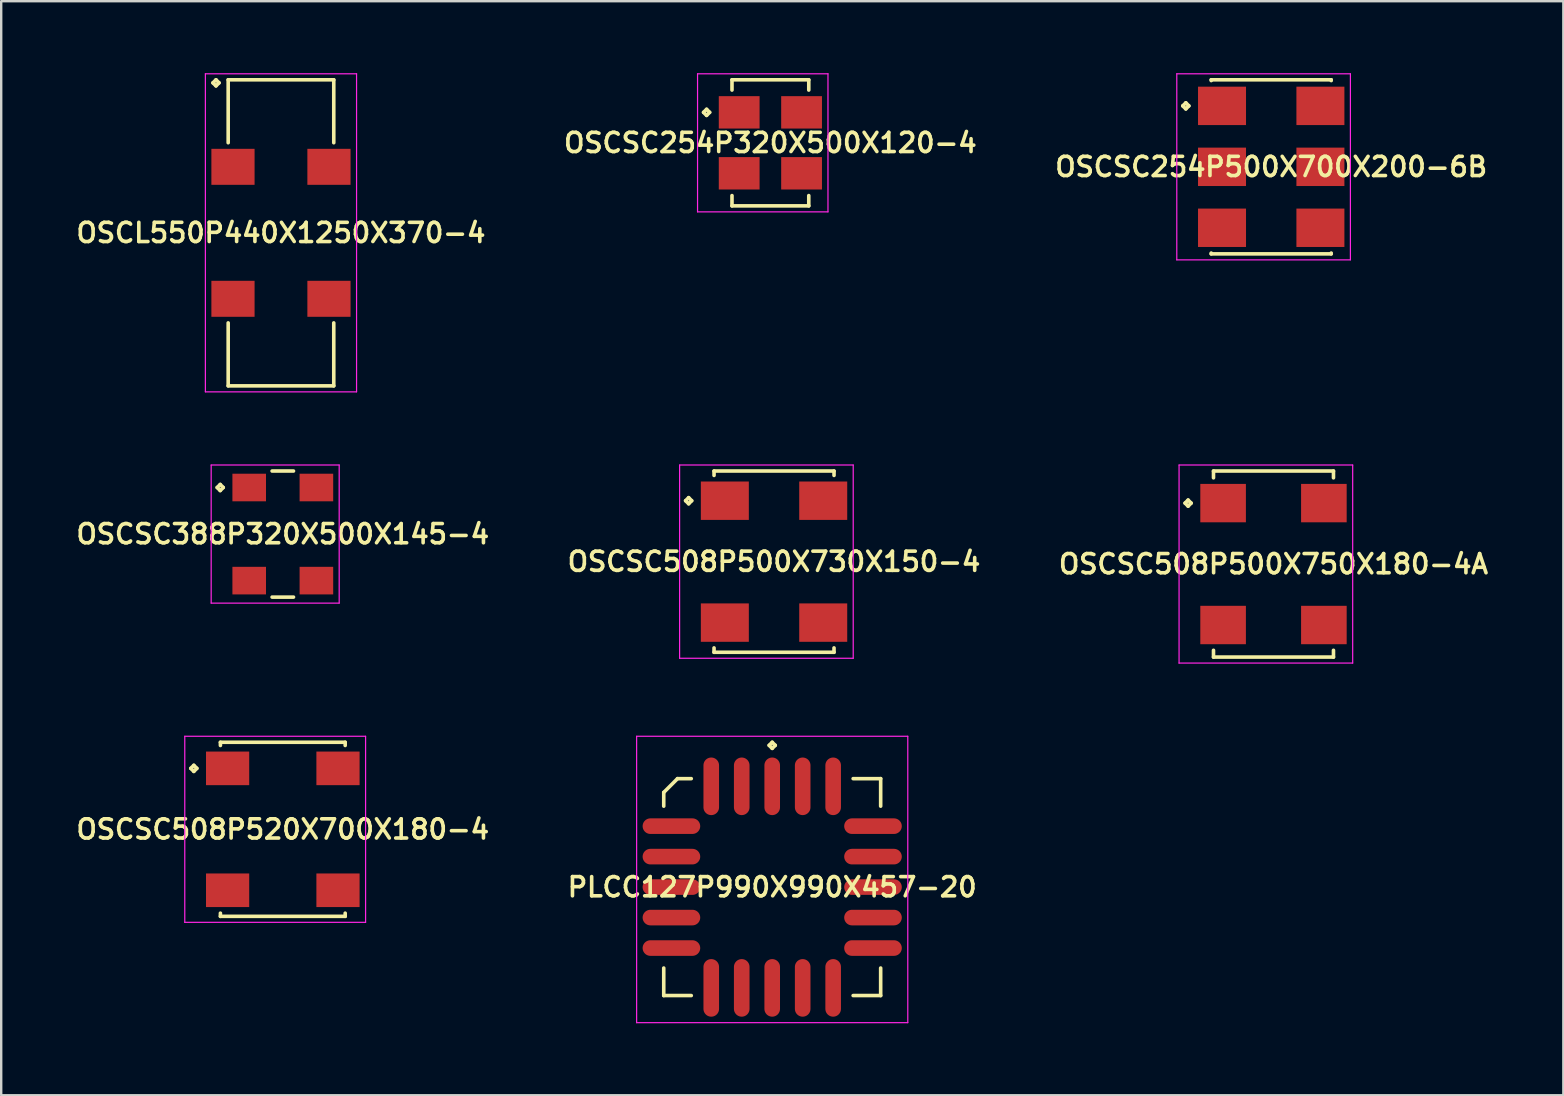
<source format=kicad_pcb>
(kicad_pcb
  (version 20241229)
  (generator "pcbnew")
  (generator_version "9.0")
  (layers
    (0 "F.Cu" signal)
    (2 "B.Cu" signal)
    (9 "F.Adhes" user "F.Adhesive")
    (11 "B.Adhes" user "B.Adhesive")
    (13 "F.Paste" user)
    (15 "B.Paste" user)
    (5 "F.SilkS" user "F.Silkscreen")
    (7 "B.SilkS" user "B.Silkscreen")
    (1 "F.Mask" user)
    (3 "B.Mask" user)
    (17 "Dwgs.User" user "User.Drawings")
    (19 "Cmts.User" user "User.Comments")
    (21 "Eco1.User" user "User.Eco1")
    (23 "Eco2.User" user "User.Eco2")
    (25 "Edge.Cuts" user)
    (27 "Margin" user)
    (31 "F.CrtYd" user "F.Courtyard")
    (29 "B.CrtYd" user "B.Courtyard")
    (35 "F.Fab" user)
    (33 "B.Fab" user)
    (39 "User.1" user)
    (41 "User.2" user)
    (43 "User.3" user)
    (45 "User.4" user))
  (footprint "OSCSC254P500X700X200-6B"
    (layer "F.Cu")
    (at 49.925 3.902)
    (property "Reference" "OSCSC254P500X700X200-6B" (at 0 0 0) (layer "F.SilkS") (effects (font (size 0.8 0.8) (thickness 0.15))))
    (attr smd)
    (fp_line (start -3.685 -2.54) (end -3.558 -2.667) (stroke (width 0.15) (type solid)) (layer "F.SilkS"))
    (fp_line (start -3.558 -2.667) (end -3.431 -2.54) (stroke (width 0.15) (type solid)) (layer "F.SilkS"))
    (fp_line (start -3.558 -2.413) (end -3.685 -2.54) (stroke (width 0.15) (type solid)) (layer "F.SilkS"))
    (fp_line (start -3.431 -2.54) (end -3.558 -2.413) (stroke (width 0.15) (type solid)) (layer "F.SilkS"))
    (fp_line (start -2.5 -3.627) (end 2.5 -3.627) (stroke (width 0.15) (type solid)) (layer "F.SilkS"))
    (fp_line (start -2.5 -3.594) (end -2.5 -3.627) (stroke (width 0.15) (type solid)) (layer "F.SilkS"))
    (fp_line (start -2.5 3.594) (end -2.5 3.627) (stroke (width 0.15) (type solid)) (layer "F.SilkS"))
    (fp_line (start -2.5 3.627) (end 2.5 3.627) (stroke (width 0.15) (type solid)) (layer "F.SilkS"))
    (fp_line (start 2.5 -3.627) (end 2.5 -3.594) (stroke (width 0.15) (type solid)) (layer "F.SilkS"))
    (fp_line (start 2.5 3.627) (end 2.5 3.594) (stroke (width 0.15) (type solid)) (layer "F.SilkS"))
    (fp_line (start -3.935 -3.877) (end 3.3 -3.877) (stroke (width 0.05) (type solid)) (layer "F.CrtYd"))
    (fp_line (start -3.935 3.877) (end -3.935 -3.877) (stroke (width 0.05) (type solid)) (layer "F.CrtYd"))
    (fp_line (start 3.3 -3.877) (end 3.3 3.877) (stroke (width 0.05) (type solid)) (layer "F.CrtYd"))
    (fp_line (start 3.3 3.877) (end -3.935 3.877) (stroke (width 0.05) (type solid)) (layer "F.CrtYd"))
    (pad "1" smd rect (at -2.05 -2.54) (size 2 1.6) (layers "F.Cu" "F.Mask" "F.Paste"))
    (pad "2" smd rect (at -2.05 0) (size 2 1.6) (layers "F.Cu" "F.Mask" "F.Paste"))
    (pad "3" smd rect (at -2.05 2.54) (size 2 1.6) (layers "F.Cu" "F.Mask" "F.Paste"))
    (pad "4" smd rect (at 2.05 2.54) (size 2 1.6) (layers "F.Cu" "F.Mask" "F.Paste"))
    (pad "5" smd rect (at 2.05 0) (size 2 1.6) (layers "F.Cu" "F.Mask" "F.Paste"))
    (pad "6" smd rect (at 2.05 -2.54) (size 2 1.6) (layers "F.Cu" "F.Mask" "F.Paste")))
  (footprint "OSCSC254P320X500X120-4"
    (layer "F.Cu")
    (at 29.054 2.902)
    (property "Reference" "OSCSC254P320X500X120-4" (at 0 0 0) (layer "F.SilkS") (effects (font (size 0.8 0.8) (thickness 0.15))))
    (attr smd)
    (fp_line (start -2.785 -1.27) (end -2.658 -1.397) (stroke (width 0.15) (type solid)) (layer "F.SilkS"))
    (fp_line (start -2.658 -1.397) (end -2.531 -1.27) (stroke (width 0.15) (type solid)) (layer "F.SilkS"))
    (fp_line (start -2.658 -1.143) (end -2.785 -1.27) (stroke (width 0.15) (type solid)) (layer "F.SilkS"))
    (fp_line (start -2.531 -1.27) (end -2.658 -1.143) (stroke (width 0.15) (type solid)) (layer "F.SilkS"))
    (fp_line (start -1.6 -2.627) (end 1.6 -2.627) (stroke (width 0.15) (type solid)) (layer "F.SilkS"))
    (fp_line (start -1.6 -2.199) (end -1.6 -2.627) (stroke (width 0.15) (type solid)) (layer "F.SilkS"))
    (fp_line (start -1.6 2.199) (end -1.6 2.627) (stroke (width 0.15) (type solid)) (layer "F.SilkS"))
    (fp_line (start -1.6 2.627) (end 1.6 2.627) (stroke (width 0.15) (type solid)) (layer "F.SilkS"))
    (fp_line (start 1.6 -2.627) (end 1.6 -2.199) (stroke (width 0.15) (type solid)) (layer "F.SilkS"))
    (fp_line (start 1.6 2.627) (end 1.6 2.199) (stroke (width 0.15) (type solid)) (layer "F.SilkS"))
    (fp_line (start -3.035 -2.877) (end 2.4 -2.877) (stroke (width 0.05) (type solid)) (layer "F.CrtYd"))
    (fp_line (start -3.035 2.877) (end -3.035 -2.877) (stroke (width 0.05) (type solid)) (layer "F.CrtYd"))
    (fp_line (start 2.4 -2.877) (end 2.4 2.877) (stroke (width 0.05) (type solid)) (layer "F.CrtYd"))
    (fp_line (start 2.4 2.877) (end -3.035 2.877) (stroke (width 0.05) (type solid)) (layer "F.CrtYd"))
    (pad "1" smd rect (at -1.3 -1.27) (size 1.7 1.35) (layers "F.Cu" "F.Mask" "F.Paste"))
    (pad "2" smd rect (at -1.3 1.27) (size 1.7 1.35) (layers "F.Cu" "F.Mask" "F.Paste"))
    (pad "3" smd rect (at 1.3 1.27) (size 1.7 1.35) (layers "F.Cu" "F.Mask" "F.Paste"))
    (pad "4" smd rect (at 1.3 -1.27) (size 1.7 1.35) (layers "F.Cu" "F.Mask" "F.Paste")))
  (footprint "OSCSC508P520X700X180-4"
    (layer "F.Cu")
    (at 8.735 31.51)
    (property "Reference" "OSCSC508P520X700X180-4" (at 0 0 0) (layer "F.SilkS") (effects (font (size 0.8 0.8) (thickness 0.15))))
    (attr smd)
    (fp_line (start -3.835 -2.54) (end -3.708 -2.667) (stroke (width 0.15) (type solid)) (layer "F.SilkS"))
    (fp_line (start -3.708 -2.667) (end -3.581 -2.54) (stroke (width 0.15) (type solid)) (layer "F.SilkS"))
    (fp_line (start -3.708 -2.413) (end -3.835 -2.54) (stroke (width 0.15) (type solid)) (layer "F.SilkS"))
    (fp_line (start -3.581 -2.54) (end -3.708 -2.413) (stroke (width 0.15) (type solid)) (layer "F.SilkS"))
    (fp_line (start -2.6 -3.627) (end 2.6 -3.627) (stroke (width 0.15) (type solid)) (layer "F.SilkS"))
    (fp_line (start -2.6 -3.494) (end -2.6 -3.627) (stroke (width 0.15) (type solid)) (layer "F.SilkS"))
    (fp_line (start -2.6 3.494) (end -2.6 3.627) (stroke (width 0.15) (type solid)) (layer "F.SilkS"))
    (fp_line (start -2.6 3.627) (end 2.6 3.627) (stroke (width 0.15) (type solid)) (layer "F.SilkS"))
    (fp_line (start 2.6 -3.627) (end 2.6 -3.494) (stroke (width 0.15) (type solid)) (layer "F.SilkS"))
    (fp_line (start 2.6 3.627) (end 2.6 3.494) (stroke (width 0.15) (type solid)) (layer "F.SilkS"))
    (fp_line (start -4.085 -3.877) (end 3.45 -3.877) (stroke (width 0.05) (type solid)) (layer "F.CrtYd"))
    (fp_line (start -4.085 3.877) (end -4.085 -3.877) (stroke (width 0.05) (type solid)) (layer "F.CrtYd"))
    (fp_line (start 3.45 -3.877) (end 3.45 3.877) (stroke (width 0.05) (type solid)) (layer "F.CrtYd"))
    (fp_line (start 3.45 3.877) (end -4.085 3.877) (stroke (width 0.05) (type solid)) (layer "F.CrtYd"))
    (pad "1" smd rect (at -2.3 -2.54) (size 1.8 1.4) (layers "F.Cu" "F.Mask" "F.Paste"))
    (pad "2" smd rect (at -2.3 2.54) (size 1.8 1.4) (layers "F.Cu" "F.Mask" "F.Paste"))
    (pad "3" smd rect (at 2.3 2.54) (size 1.8 1.4) (layers "F.Cu" "F.Mask" "F.Paste"))
    (pad "4" smd rect (at 2.3 -2.54) (size 1.8 1.4) (layers "F.Cu" "F.Mask" "F.Paste")))
  (footprint "OSCSC508P500X730X150-4"
    (layer "F.Cu")
    (at 29.206 20.356)
    (property "Reference" "OSCSC508P500X730X150-4" (at 0 0 0) (layer "F.SilkS") (effects (font (size 0.8 0.8) (thickness 0.15))))
    (attr smd)
    (fp_line (start -3.685 -2.54) (end -3.558 -2.667) (stroke (width 0.15) (type solid)) (layer "F.SilkS"))
    (fp_line (start -3.558 -2.667) (end -3.431 -2.54) (stroke (width 0.15) (type solid)) (layer "F.SilkS"))
    (fp_line (start -3.558 -2.413) (end -3.685 -2.54) (stroke (width 0.15) (type solid)) (layer "F.SilkS"))
    (fp_line (start -3.431 -2.54) (end -3.558 -2.413) (stroke (width 0.15) (type solid)) (layer "F.SilkS"))
    (fp_line (start -2.5 -3.777) (end 2.5 -3.777) (stroke (width 0.15) (type solid)) (layer "F.SilkS"))
    (fp_line (start -2.5 -3.594) (end -2.5 -3.777) (stroke (width 0.15) (type solid)) (layer "F.SilkS"))
    (fp_line (start -2.5 3.594) (end -2.5 3.777) (stroke (width 0.15) (type solid)) (layer "F.SilkS"))
    (fp_line (start -2.5 3.777) (end 2.5 3.777) (stroke (width 0.15) (type solid)) (layer "F.SilkS"))
    (fp_line (start 2.5 -3.777) (end 2.5 -3.594) (stroke (width 0.15) (type solid)) (layer "F.SilkS"))
    (fp_line (start 2.5 3.777) (end 2.5 3.594) (stroke (width 0.15) (type solid)) (layer "F.SilkS"))
    (fp_line (start -3.935 -4.027) (end 3.3 -4.027) (stroke (width 0.05) (type solid)) (layer "F.CrtYd"))
    (fp_line (start -3.935 4.027) (end -3.935 -4.027) (stroke (width 0.05) (type solid)) (layer "F.CrtYd"))
    (fp_line (start 3.3 -4.027) (end 3.3 4.027) (stroke (width 0.05) (type solid)) (layer "F.CrtYd"))
    (fp_line (start 3.3 4.027) (end -3.935 4.027) (stroke (width 0.05) (type solid)) (layer "F.CrtYd"))
    (pad "1" smd rect (at -2.05 -2.54) (size 2 1.6) (layers "F.Cu" "F.Mask" "F.Paste"))
    (pad "2" smd rect (at -2.05 2.54) (size 2 1.6) (layers "F.Cu" "F.Mask" "F.Paste"))
    (pad "3" smd rect (at 2.05 2.54) (size 2 1.6) (layers "F.Cu" "F.Mask" "F.Paste"))
    (pad "4" smd rect (at 2.05 -2.54) (size 2 1.6) (layers "F.Cu" "F.Mask" "F.Paste")))
  (footprint "PLCC127P990X990X457-20"
    (layer "F.Cu")
    (at 29.13 33.918)
    (property "Reference" "PLCC127P990X990X457-20" (at 0 0 0) (layer "F.SilkS") (effects (font (size 0.8 0.8) (thickness 0.15))))
    (attr smd)
    (fp_line (start -4.52 -3.946) (end -3.946 -4.52) (stroke (width 0.15) (type solid)) (layer "F.SilkS"))
    (fp_line (start -4.52 -3.373) (end -4.52 -3.946) (stroke (width 0.15) (type solid)) (layer "F.SilkS"))
    (fp_line (start -4.52 3.373) (end -4.52 4.52) (stroke (width 0.15) (type solid)) (layer "F.SilkS"))
    (fp_line (start -4.52 4.52) (end -3.373 4.52) (stroke (width 0.15) (type solid)) (layer "F.SilkS"))
    (fp_line (start -3.946 -4.52) (end -3.373 -4.52) (stroke (width 0.15) (type solid)) (layer "F.SilkS"))
    (fp_line (start -0.127 -5.908) (end 0 -6.035) (stroke (width 0.15) (type solid)) (layer "F.SilkS"))
    (fp_line (start 0 -6.035) (end 0.127 -5.908) (stroke (width 0.15) (type solid)) (layer "F.SilkS"))
    (fp_line (start 0 -5.781) (end -0.127 -5.908) (stroke (width 0.15) (type solid)) (layer "F.SilkS"))
    (fp_line (start 0.127 -5.908) (end 0 -5.781) (stroke (width 0.15) (type solid)) (layer "F.SilkS"))
    (fp_line (start 4.52 -4.52) (end 3.373 -4.52) (stroke (width 0.15) (type solid)) (layer "F.SilkS"))
    (fp_line (start 4.52 -3.373) (end 4.52 -4.52) (stroke (width 0.15) (type solid)) (layer "F.SilkS"))
    (fp_line (start 4.52 3.373) (end 4.52 4.52) (stroke (width 0.15) (type solid)) (layer "F.SilkS"))
    (fp_line (start 4.52 4.52) (end 3.373 4.52) (stroke (width 0.15) (type solid)) (layer "F.SilkS"))
    (fp_line (start -5.65 -6.285) (end 5.65 -6.285) (stroke (width 0.05) (type solid)) (layer "F.CrtYd"))
    (fp_line (start -5.65 5.65) (end -5.65 -6.285) (stroke (width 0.05) (type solid)) (layer "F.CrtYd"))
    (fp_line (start 5.65 -6.285) (end 5.65 5.65) (stroke (width 0.05) (type solid)) (layer "F.CrtYd"))
    (fp_line (start 5.65 5.65) (end -5.65 5.65) (stroke (width 0.05) (type solid)) (layer "F.CrtYd"))
    (pad "1" smd oval (at 0 -4.2) (size 0.65 2.4) (layers "F.Cu" "F.Mask" "F.Paste"))
    (pad "2" smd oval (at -1.27 -4.2) (size 0.65 2.4) (layers "F.Cu" "F.Mask" "F.Paste"))
    (pad "3" smd oval (at -2.54 -4.2) (size 0.65 2.4) (layers "F.Cu" "F.Mask" "F.Paste"))
    (pad "4" smd oval (at -4.2 -2.54) (size 2.4 0.65) (layers "F.Cu" "F.Mask" "F.Paste"))
    (pad "5" smd oval (at -4.2 -1.27) (size 2.4 0.65) (layers "F.Cu" "F.Mask" "F.Paste"))
    (pad "6" smd oval (at -4.2 0) (size 2.4 0.65) (layers "F.Cu" "F.Mask" "F.Paste"))
    (pad "7" smd oval (at -4.2 1.27) (size 2.4 0.65) (layers "F.Cu" "F.Mask" "F.Paste"))
    (pad "8" smd oval (at -4.2 2.54) (size 2.4 0.65) (layers "F.Cu" "F.Mask" "F.Paste"))
    (pad "9" smd oval (at -2.54 4.2) (size 0.65 2.4) (layers "F.Cu" "F.Mask" "F.Paste"))
    (pad "10" smd oval (at -1.27 4.2) (size 0.65 2.4) (layers "F.Cu" "F.Mask" "F.Paste"))
    (pad "11" smd oval (at 0 4.2) (size 0.65 2.4) (layers "F.Cu" "F.Mask" "F.Paste"))
    (pad "12" smd oval (at 1.27 4.2) (size 0.65 2.4) (layers "F.Cu" "F.Mask" "F.Paste"))
    (pad "13" smd oval (at 2.54 4.2) (size 0.65 2.4) (layers "F.Cu" "F.Mask" "F.Paste"))
    (pad "14" smd oval (at 4.2 2.54) (size 2.4 0.65) (layers "F.Cu" "F.Mask" "F.Paste"))
    (pad "15" smd oval (at 4.2 1.27) (size 2.4 0.65) (layers "F.Cu" "F.Mask" "F.Paste"))
    (pad "16" smd oval (at 4.2 0) (size 2.4 0.65) (layers "F.Cu" "F.Mask" "F.Paste"))
    (pad "17" smd oval (at 4.2 -1.27) (size 2.4 0.65) (layers "F.Cu" "F.Mask" "F.Paste"))
    (pad "18" smd oval (at 4.2 -2.54) (size 2.4 0.65) (layers "F.Cu" "F.Mask" "F.Paste"))
    (pad "19" smd oval (at 2.54 -4.2) (size 0.65 2.4) (layers "F.Cu" "F.Mask" "F.Paste"))
    (pad "20" smd oval (at 1.27 -4.2) (size 0.65 2.4) (layers "F.Cu" "F.Mask" "F.Paste")))
  (footprint "OSCSC508P500X750X180-4A"
    (layer "F.Cu")
    (at 50.02 20.456)
    (property "Reference" "OSCSC508P500X750X180-4A" (at 0 0 0) (layer "F.SilkS") (effects (font (size 0.8 0.8) (thickness 0.15))))
    (attr smd)
    (fp_line (start -3.685 -2.54) (end -3.558 -2.667) (stroke (width 0.15) (type solid)) (layer "F.SilkS"))
    (fp_line (start -3.558 -2.667) (end -3.431 -2.54) (stroke (width 0.15) (type solid)) (layer "F.SilkS"))
    (fp_line (start -3.558 -2.413) (end -3.685 -2.54) (stroke (width 0.15) (type solid)) (layer "F.SilkS"))
    (fp_line (start -3.431 -2.54) (end -3.558 -2.413) (stroke (width 0.15) (type solid)) (layer "F.SilkS"))
    (fp_line (start -2.5 -3.877) (end 2.5 -3.877) (stroke (width 0.15) (type solid)) (layer "F.SilkS"))
    (fp_line (start -2.5 -3.594) (end -2.5 -3.877) (stroke (width 0.15) (type solid)) (layer "F.SilkS"))
    (fp_line (start -2.5 3.594) (end -2.5 3.877) (stroke (width 0.15) (type solid)) (layer "F.SilkS"))
    (fp_line (start -2.5 3.877) (end 2.5 3.877) (stroke (width 0.15) (type solid)) (layer "F.SilkS"))
    (fp_line (start 2.5 -3.877) (end 2.5 -3.594) (stroke (width 0.15) (type solid)) (layer "F.SilkS"))
    (fp_line (start 2.5 3.877) (end 2.5 3.594) (stroke (width 0.15) (type solid)) (layer "F.SilkS"))
    (fp_line (start -3.935 -4.127) (end 3.3 -4.127) (stroke (width 0.05) (type solid)) (layer "F.CrtYd"))
    (fp_line (start -3.935 4.127) (end -3.935 -4.127) (stroke (width 0.05) (type solid)) (layer "F.CrtYd"))
    (fp_line (start 3.3 -4.127) (end 3.3 4.127) (stroke (width 0.05) (type solid)) (layer "F.CrtYd"))
    (fp_line (start 3.3 4.127) (end -3.935 4.127) (stroke (width 0.05) (type solid)) (layer "F.CrtYd"))
    (pad "1" smd rect (at -2.1 -2.54) (size 1.9 1.6) (layers "F.Cu" "F.Mask" "F.Paste"))
    (pad "2" smd rect (at -2.1 2.54) (size 1.9 1.6) (layers "F.Cu" "F.Mask" "F.Paste"))
    (pad "3" smd rect (at 2.1 2.54) (size 1.9 1.6) (layers "F.Cu" "F.Mask" "F.Paste"))
    (pad "4" smd rect (at 2.1 -2.54) (size 1.9 1.6) (layers "F.Cu" "F.Mask" "F.Paste")))
  (footprint "OSCL550P440X1250X370-4"
    (layer "F.Cu")
    (at 8.659 6.652)
    (property "Reference" "OSCL550P440X1250X370-4" (at 0 0 0) (layer "F.SilkS") (effects (font (size 0.8 0.8) (thickness 0.15))))
    (attr smd)
    (fp_line (start -2.835 -6.25) (end -2.708 -6.377) (stroke (width 0.15) (type solid)) (layer "F.SilkS"))
    (fp_line (start -2.708 -6.377) (end -2.581 -6.25) (stroke (width 0.15) (type solid)) (layer "F.SilkS"))
    (fp_line (start -2.708 -6.123) (end -2.835 -6.25) (stroke (width 0.15) (type solid)) (layer "F.SilkS"))
    (fp_line (start -2.581 -6.25) (end -2.708 -6.123) (stroke (width 0.15) (type solid)) (layer "F.SilkS"))
    (fp_line (start -2.2 -6.377) (end 2.2 -6.377) (stroke (width 0.15) (type solid)) (layer "F.SilkS"))
    (fp_line (start -2.2 -3.754) (end -2.2 -6.377) (stroke (width 0.15) (type solid)) (layer "F.SilkS"))
    (fp_line (start -2.2 3.754) (end -2.2 6.377) (stroke (width 0.15) (type solid)) (layer "F.SilkS"))
    (fp_line (start -2.2 6.377) (end 2.2 6.377) (stroke (width 0.15) (type solid)) (layer "F.SilkS"))
    (fp_line (start 2.2 -6.377) (end 2.2 -3.754) (stroke (width 0.15) (type solid)) (layer "F.SilkS"))
    (fp_line (start 2.2 6.377) (end 2.2 3.754) (stroke (width 0.15) (type solid)) (layer "F.SilkS"))
    (fp_line (start -3.15 -6.627) (end 3.15 -6.627) (stroke (width 0.05) (type solid)) (layer "F.CrtYd"))
    (fp_line (start -3.15 6.627) (end -3.15 -6.627) (stroke (width 0.05) (type solid)) (layer "F.CrtYd"))
    (fp_line (start 3.15 -6.627) (end 3.15 6.627) (stroke (width 0.05) (type solid)) (layer "F.CrtYd"))
    (fp_line (start 3.15 6.627) (end -3.15 6.627) (stroke (width 0.05) (type solid)) (layer "F.CrtYd"))
    (pad "1" smd rect (at -2 -2.75) (size 1.8 1.5) (layers "F.Cu" "F.Mask" "F.Paste"))
    (pad "2" smd rect (at -2 2.75) (size 1.8 1.5) (layers "F.Cu" "F.Mask" "F.Paste"))
    (pad "3" smd rect (at 2 2.75) (size 1.8 1.5) (layers "F.Cu" "F.Mask" "F.Paste"))
    (pad "4" smd rect (at 2 -2.75) (size 1.8 1.5) (layers "F.Cu" "F.Mask" "F.Paste")))
  (footprint "OSCSC388P320X500X145-4"
    (layer "F.Cu")
    (at 8.735 19.206)
    (property "Reference" "OSCSC388P320X500X145-4" (at 0 0 0) (layer "F.SilkS") (effects (font (size 0.8 0.8) (thickness 0.15))))
    (attr smd)
    (fp_line (start -2.735 -1.94) (end -2.608 -2.067) (stroke (width 0.15) (type solid)) (layer "F.SilkS"))
    (fp_line (start -2.608 -2.067) (end -2.481 -1.94) (stroke (width 0.15) (type solid)) (layer "F.SilkS"))
    (fp_line (start -2.608 -1.813) (end -2.735 -1.94) (stroke (width 0.15) (type solid)) (layer "F.SilkS"))
    (fp_line (start -2.481 -1.94) (end -2.608 -1.813) (stroke (width 0.15) (type solid)) (layer "F.SilkS"))
    (fp_line (start -0.446 -2.627) (end 0.446 -2.627) (stroke (width 0.15) (type solid)) (layer "F.SilkS"))
    (fp_line (start -0.446 2.627) (end 0.446 2.627) (stroke (width 0.15) (type solid)) (layer "F.SilkS"))
    (fp_line (start -2.985 -2.877) (end 2.35 -2.877) (stroke (width 0.05) (type solid)) (layer "F.CrtYd"))
    (fp_line (start -2.985 2.877) (end -2.985 -2.877) (stroke (width 0.05) (type solid)) (layer "F.CrtYd"))
    (fp_line (start 2.35 -2.877) (end 2.35 2.877) (stroke (width 0.05) (type solid)) (layer "F.CrtYd"))
    (fp_line (start 2.35 2.877) (end -2.985 2.877) (stroke (width 0.05) (type solid)) (layer "F.CrtYd"))
    (pad "1" smd rect (at -1.4 -1.94) (size 1.4 1.15) (layers "F.Cu" "F.Mask" "F.Paste"))
    (pad "2" smd rect (at -1.4 1.94) (size 1.4 1.15) (layers "F.Cu" "F.Mask" "F.Paste"))
    (pad "3" smd rect (at 1.4 1.94) (size 1.4 1.15) (layers "F.Cu" "F.Mask" "F.Paste"))
    (pad "4" smd rect (at 1.4 -1.94) (size 1.4 1.15) (layers "F.Cu" "F.Mask" "F.Paste")))
  (gr_rect
    (start -3 -3)
    (end 62.099 42.593)
    (stroke (width 0.1) (type default))
    (fill no)
    (layer "Edge.Cuts")))
</source>
